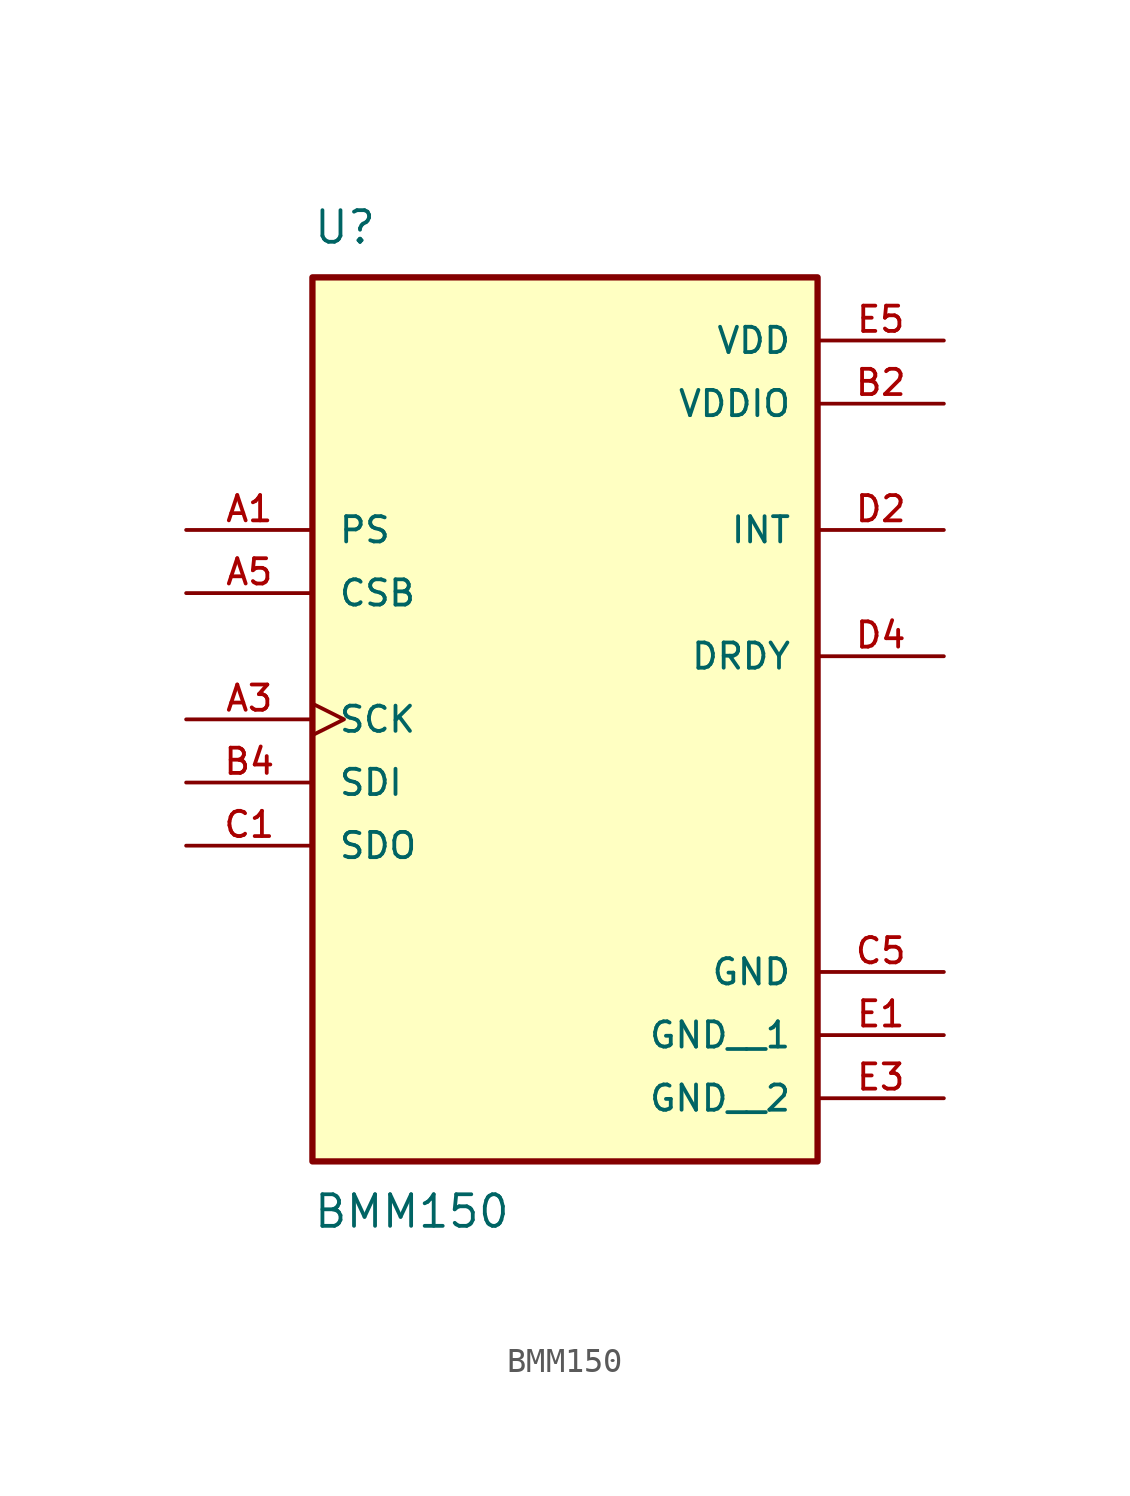
<source format=kicad_sym>
(kicad_symbol_lib
  (version 20211014)
  (generator kicad_symbol_editor)
  (symbol "BMM150"
    (pin_names
      (offset 1.016))
    (property "Reference" "U"
      (at -10.16 16.51 0)
      (effects (font (size 1.27 1.27)) (justify bottom left)))
    (property "Value" "BMM150"
      (at -10.16 -21.59 0)
      (effects (font (size 1.27 1.27)) (justify top left)))
    (symbol "BMM150_0_0"
      (rectangle (start -10.16 -20.32) (end 10.16 15.24) (stroke (width 0.254)) (fill (type background)))
      (pin input line (at -15.24 5.08 0) (length 5.08) (name "PS" (effects (font (size 1.016 1.016)))) (number "A1" (effects (font (size 1.016 1.016)))))
      (pin output line (at 15.24 5.08 180.0) (length 5.08) (name "INT" (effects (font (size 1.016 1.016)))) (number "D2" (effects (font (size 1.016 1.016)))))
      (pin input line (at -15.24 2.54 0) (length 5.08) (name "CSB" (effects (font (size 1.016 1.016)))) (number "A5" (effects (font (size 1.016 1.016)))))
      (pin power_in line (at 15.24 -12.7 180.0) (length 5.08) (name "GND" (effects (font (size 1.016 1.016)))) (number "C5" (effects (font (size 1.016 1.016)))))
      (pin output line (at 15.24 0.0 180.0) (length 5.08) (name "DRDY" (effects (font (size 1.016 1.016)))) (number "D4" (effects (font (size 1.016 1.016)))))
      (pin output line (at -15.24 -7.62 0) (length 5.08) (name "SDO" (effects (font (size 1.016 1.016)))) (number "C1" (effects (font (size 1.016 1.016)))))
      (pin bidirectional line (at -15.24 -5.08 0) (length 5.08) (name "SDI" (effects (font (size 1.016 1.016)))) (number "B4" (effects (font (size 1.016 1.016)))))
      (pin power_in line (at 15.24 12.7 180.0) (length 5.08) (name "VDD" (effects (font (size 1.016 1.016)))) (number "E5" (effects (font (size 1.016 1.016)))))
      (pin power_in line (at 15.24 10.16 180.0) (length 5.08) (name "VDDIO" (effects (font (size 1.016 1.016)))) (number "B2" (effects (font (size 1.016 1.016)))))
      (pin input clock (at -15.24 -2.54 0) (length 5.08) (name "SCK" (effects (font (size 1.016 1.016)))) (number "A3" (effects (font (size 1.016 1.016)))))
      (pin power_in line (at 15.24 -15.24 180.0) (length 5.08) (name "GND__1" (effects (font (size 1.016 1.016)))) (number "E1" (effects (font (size 1.016 1.016)))))
      (pin power_in line (at 15.24 -17.78 180.0) (length 5.08) (name "GND__2" (effects (font (size 1.016 1.016)))) (number "E3" (effects (font (size 1.016 1.016))))))))
</source>
